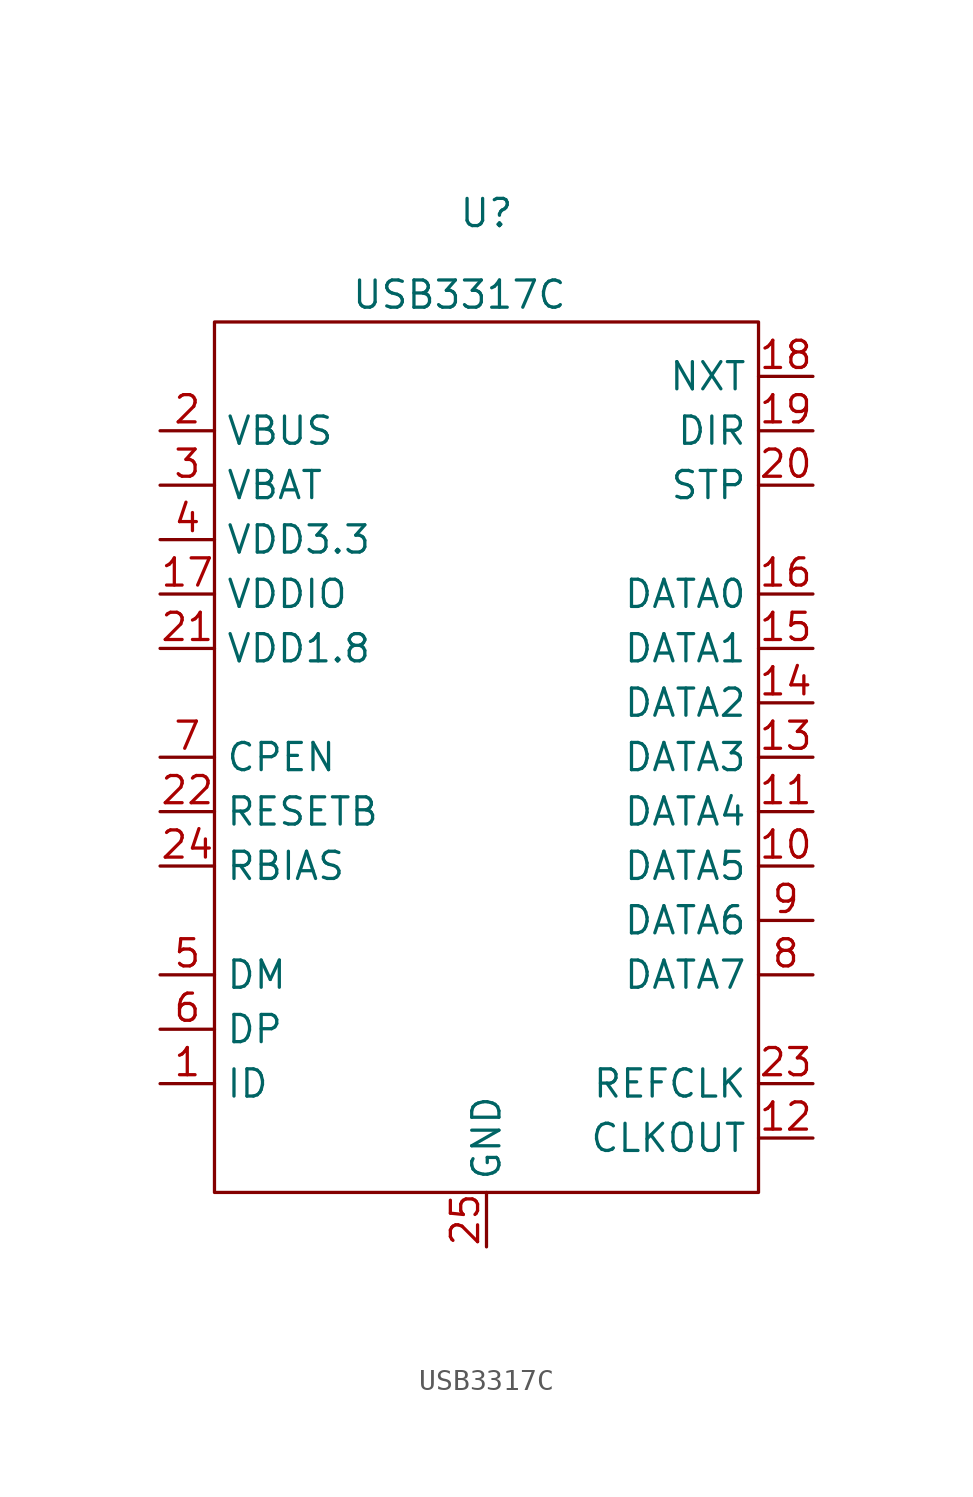
<source format=kicad_sym>
(kicad_symbol_lib
  (version 20211014)
  (generator kicad_symbol_editor)
  (symbol "USB3317C"
    (property "Reference" "U"
      (at 0 27.94 0)
      (effects (font (size 1.27 1.27))))
    (property "Value" "USB3317C"
      (at -1.27 24.13 0)
      (effects (font (size 1.27 1.27))))
    (symbol "USB3317C_0_1"
      (rectangle (start -12.7 22.86) (end 12.7 -17.78) (stroke (width 0) (type default) (color 0 0 0 0)) (fill (type none))))
    (symbol "USB3317C_1_1"
      (pin input line (at -15.24 -12.7 0) (length 2.54) (name "ID" (effects (font (size 1.27 1.27)))) (number "1" (effects (font (size 1.27 1.27)))))
      (pin input line (at 15.24 -2.54 180) (length 2.54) (name "DATA5" (effects (font (size 1.27 1.27)))) (number "10" (effects (font (size 1.27 1.27)))))
      (pin input line (at 15.24 0 180) (length 2.54) (name "DATA4" (effects (font (size 1.27 1.27)))) (number "11" (effects (font (size 1.27 1.27)))))
      (pin output line (at 15.24 -15.24 180) (length 2.54) (name "CLKOUT" (effects (font (size 1.27 1.27)))) (number "12" (effects (font (size 1.27 1.27)))))
      (pin input line (at 15.24 2.54 180) (length 2.54) (name "DATA3" (effects (font (size 1.27 1.27)))) (number "13" (effects (font (size 1.27 1.27)))))
      (pin input line (at 15.24 5.08 180) (length 2.54) (name "DATA2" (effects (font (size 1.27 1.27)))) (number "14" (effects (font (size 1.27 1.27)))))
      (pin input line (at 15.24 7.62 180) (length 2.54) (name "DATA1" (effects (font (size 1.27 1.27)))) (number "15" (effects (font (size 1.27 1.27)))))
      (pin input line (at 15.24 10.16 180) (length 2.54) (name "DATA0" (effects (font (size 1.27 1.27)))) (number "16" (effects (font (size 1.27 1.27)))))
      (pin input line (at -15.24 10.16 0) (length 2.54) (name "VDDIO" (effects (font (size 1.27 1.27)))) (number "17" (effects (font (size 1.27 1.27)))))
      (pin input line (at 15.24 20.32 180) (length 2.54) (name "NXT" (effects (font (size 1.27 1.27)))) (number "18" (effects (font (size 1.27 1.27)))))
      (pin input line (at 15.24 17.78 180) (length 2.54) (name "DIR" (effects (font (size 1.27 1.27)))) (number "19" (effects (font (size 1.27 1.27)))))
      (pin input line (at -15.24 17.78 0) (length 2.54) (name "VBUS" (effects (font (size 1.27 1.27)))) (number "2" (effects (font (size 1.27 1.27)))))
      (pin input line (at 15.24 15.24 180) (length 2.54) (name "STP" (effects (font (size 1.27 1.27)))) (number "20" (effects (font (size 1.27 1.27)))))
      (pin input line (at -15.24 7.62 0) (length 2.54) (name "VDD1.8" (effects (font (size 1.27 1.27)))) (number "21" (effects (font (size 1.27 1.27)))))
      (pin input line (at -15.24 0 0) (length 2.54) (name "RESETB" (effects (font (size 1.27 1.27)))) (number "22" (effects (font (size 1.27 1.27)))))
      (pin input line (at 15.24 -12.7 180) (length 2.54) (name "REFCLK" (effects (font (size 1.27 1.27)))) (number "23" (effects (font (size 1.27 1.27)))))
      (pin input line (at -15.24 -2.54 0) (length 2.54) (name "RBIAS" (effects (font (size 1.27 1.27)))) (number "24" (effects (font (size 1.27 1.27)))))
      (pin input line (at 0 -20.32 90) (length 2.54) (name "GND" (effects (font (size 1.27 1.27)))) (number "25" (effects (font (size 1.27 1.27)))))
      (pin input line (at -15.24 15.24 0) (length 2.54) (name "VBAT" (effects (font (size 1.27 1.27)))) (number "3" (effects (font (size 1.27 1.27)))))
      (pin input line (at -15.24 12.7 0) (length 2.54) (name "VDD3.3" (effects (font (size 1.27 1.27)))) (number "4" (effects (font (size 1.27 1.27)))))
      (pin input line (at -15.24 -7.62 0) (length 2.54) (name "DM" (effects (font (size 1.27 1.27)))) (number "5" (effects (font (size 1.27 1.27)))))
      (pin input line (at -15.24 -10.16 0) (length 2.54) (name "DP" (effects (font (size 1.27 1.27)))) (number "6" (effects (font (size 1.27 1.27)))))
      (pin input line (at -15.24 2.54 0) (length 2.54) (name "CPEN" (effects (font (size 1.27 1.27)))) (number "7" (effects (font (size 1.27 1.27)))))
      (pin input line (at 15.24 -7.62 180) (length 2.54) (name "DATA7" (effects (font (size 1.27 1.27)))) (number "8" (effects (font (size 1.27 1.27)))))
      (pin input line (at 15.24 -5.08 180) (length 2.54) (name "DATA6" (effects (font (size 1.27 1.27)))) (number "9" (effects (font (size 1.27 1.27))))))))
</source>
